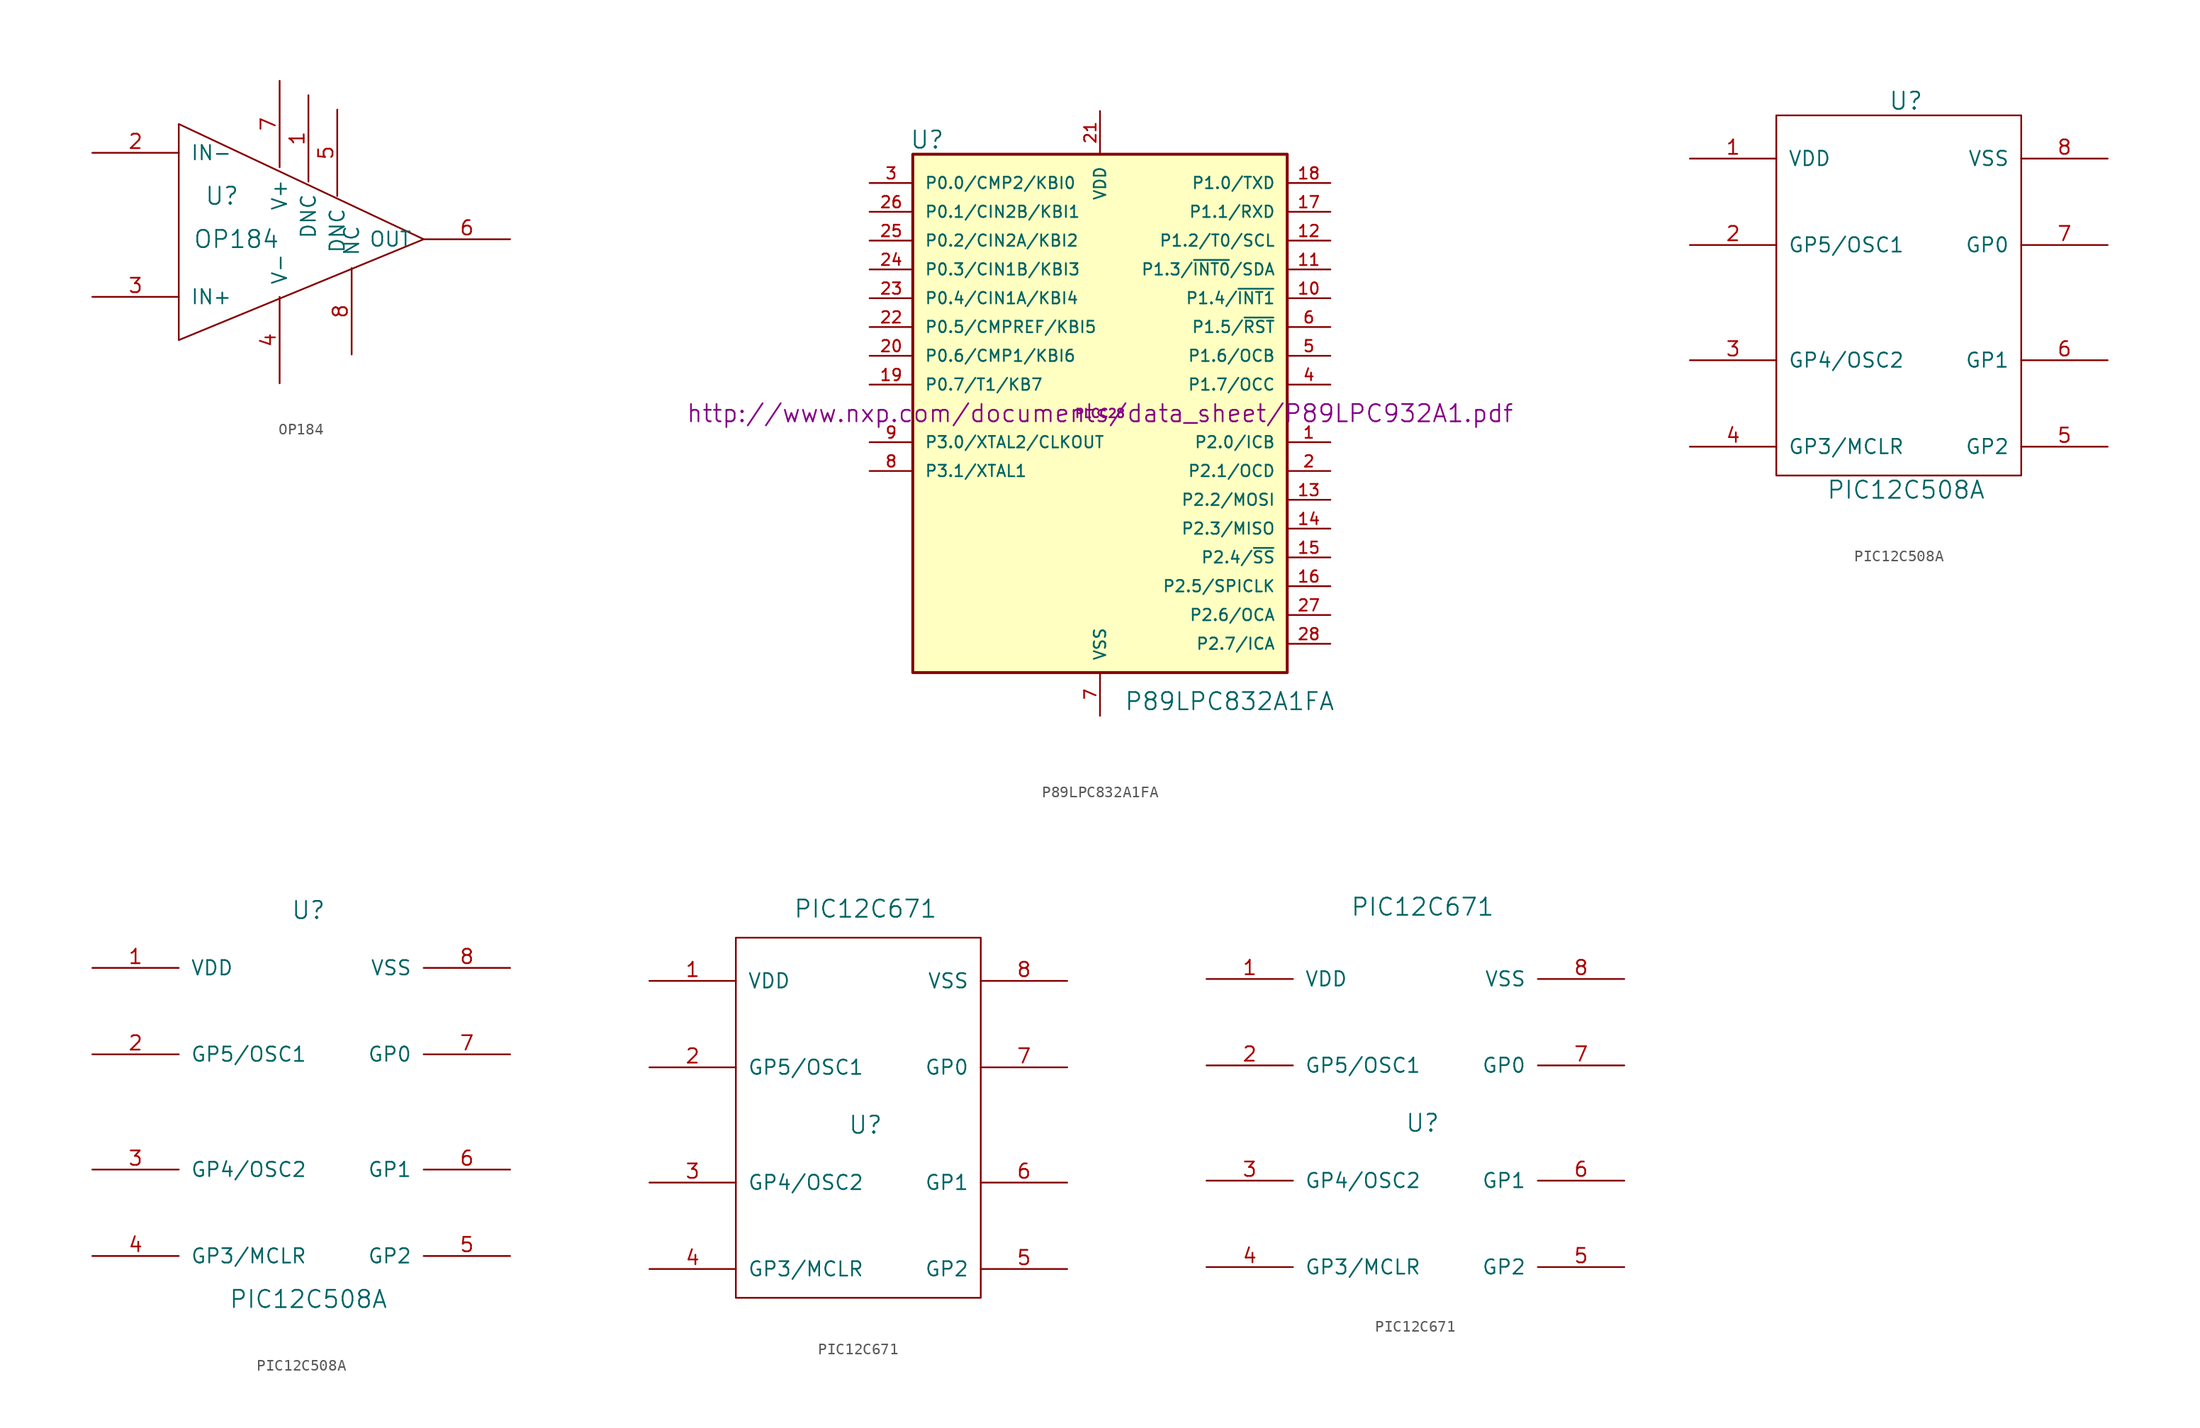
<source format=kicad_sym>
(kicad_symbol_lib
  (version 20211014)
  (generator kicad_symbol_editor)
  (symbol "OP184"
    (pin_names
      (offset 1.016))
    (property "Reference" "U"
      (at -5.08 3.81 0)
      (effects (font (size 1.524 1.524))))
    (property "Value" "OP184"
      (at -3.81 0 0)
      (effects (font (size 1.524 1.524))))
    (property "Footprint" ""
      (at 0 0 0)
      (effects (font (size 1.524 1.524))))
    (property "Datasheet" ""
      (at 0 0 0)
      (effects (font (size 1.524 1.524))))
    (symbol "OP184_0_1"
      (polyline (pts (xy -8.89 10.16) (xy 12.7 0) (xy -8.89 -8.89) (xy -8.89 10.16)) (stroke (width 0) (type default) (color 0 0 0 0)) (fill (type none))))
    (symbol "OP184_1_1"
      (pin input line (at 2.54 12.7 270) (length 7.62) (name "DNC" (effects (font (size 1.27 1.27)))) (number "1" (effects (font (size 1.27 1.27)))))
      (pin input line (at -16.51 7.62 0) (length 7.62) (name "IN-" (effects (font (size 1.27 1.27)))) (number "2" (effects (font (size 1.27 1.27)))))
      (pin input line (at -16.51 -5.08 0) (length 7.62) (name "IN+" (effects (font (size 1.27 1.27)))) (number "3" (effects (font (size 1.27 1.27)))))
      (pin input line (at 0 -12.7 90) (length 7.62) (name "V-" (effects (font (size 1.27 1.27)))) (number "4" (effects (font (size 1.27 1.27)))))
      (pin input line (at 5.08 11.43 270) (length 7.62) (name "DNC" (effects (font (size 1.27 1.27)))) (number "5" (effects (font (size 1.27 1.27)))))
      (pin output line (at 20.32 0 180) (length 7.62) (name "OUT" (effects (font (size 1.27 1.27)))) (number "6" (effects (font (size 1.27 1.27)))))
      (pin input line (at 0 13.97 270) (length 7.62) (name "V+" (effects (font (size 1.27 1.27)))) (number "7" (effects (font (size 1.27 1.27)))))
      (pin input line (at 6.35 -10.16 90) (length 7.62) (name "NC" (effects (font (size 1.27 1.27)))) (number "8" (effects (font (size 1.27 1.27)))))))
  (symbol "P89LPC832A1FA"
    (pin_names
      (offset 1.016))
    (property "Reference" "U"
      (at -15.24 24.13 0)
      (effects (font (size 1.524 1.524))))
    (property "Value" "P89LPC832A1FA"
      (at 11.43 -25.4 0)
      (effects (font (size 1.524 1.524))))
    (property "Footprint" "PLCC28"
      (at 0 0 0)
      (effects (font (size 0.762 0.762))))
    (property "Datasheet" "http://www.nxp.com/documents/data_sheet/P89LPC932A1.pdf"
      (at 0 0 0)
      (effects (font (size 1.524 1.524))))
    (symbol "P89LPC832A1FA_0_1"
      (rectangle (start -16.51 22.86) (end 16.51 -22.86) (stroke (width 0.254) (type default) (color 0 0 0 0)) (fill (type background))))
    (symbol "P89LPC832A1FA_1_1"
      (pin bidirectional line (at 20.32 -2.54 180) (length 3.81) (name "P2.0/ICB" (effects (font (size 1.016 1.016)))) (number "1" (effects (font (size 1.016 1.016)))))
      (pin bidirectional line (at 20.32 10.16 180) (length 3.81) (name "P1.4/~{INT1}" (effects (font (size 1.016 1.016)))) (number "10" (effects (font (size 1.016 1.016)))))
      (pin bidirectional line (at 20.32 12.7 180) (length 3.81) (name "P1.3/~{INT0}/SDA" (effects (font (size 1.016 1.016)))) (number "11" (effects (font (size 1.016 1.016)))))
      (pin bidirectional line (at 20.32 15.24 180) (length 3.81) (name "P1.2/T0/SCL" (effects (font (size 1.016 1.016)))) (number "12" (effects (font (size 1.016 1.016)))))
      (pin bidirectional line (at 20.32 -7.62 180) (length 3.81) (name "P2.2/MOSI" (effects (font (size 1.016 1.016)))) (number "13" (effects (font (size 1.016 1.016)))))
      (pin bidirectional line (at 20.32 -10.16 180) (length 3.81) (name "P2.3/MISO" (effects (font (size 1.016 1.016)))) (number "14" (effects (font (size 1.016 1.016)))))
      (pin bidirectional line (at 20.32 -12.7 180) (length 3.81) (name "P2.4/~{SS}" (effects (font (size 1.016 1.016)))) (number "15" (effects (font (size 1.016 1.016)))))
      (pin bidirectional line (at 20.32 -15.24 180) (length 3.81) (name "P2.5/SPICLK" (effects (font (size 1.016 1.016)))) (number "16" (effects (font (size 1.016 1.016)))))
      (pin bidirectional line (at 20.32 17.78 180) (length 3.81) (name "P1.1/RXD" (effects (font (size 1.016 1.016)))) (number "17" (effects (font (size 1.016 1.016)))))
      (pin bidirectional line (at 20.32 20.32 180) (length 3.81) (name "P1.0/TXD" (effects (font (size 1.016 1.016)))) (number "18" (effects (font (size 1.016 1.016)))))
      (pin bidirectional line (at -20.32 2.54 0) (length 3.81) (name "P0.7/T1/KB7" (effects (font (size 1.016 1.016)))) (number "19" (effects (font (size 1.016 1.016)))))
      (pin bidirectional line (at 20.32 -5.08 180) (length 3.81) (name "P2.1/OCD" (effects (font (size 1.016 1.016)))) (number "2" (effects (font (size 1.016 1.016)))))
      (pin bidirectional line (at -20.32 5.08 0) (length 3.81) (name "P0.6/CMP1/KBI6" (effects (font (size 1.016 1.016)))) (number "20" (effects (font (size 1.016 1.016)))))
      (pin power_in line (at 0 26.67 270) (length 3.81) (name "VDD" (effects (font (size 1.016 1.016)))) (number "21" (effects (font (size 1.016 1.016)))))
      (pin bidirectional line (at -20.32 7.62 0) (length 3.81) (name "P0.5/CMPREF/KBI5" (effects (font (size 1.016 1.016)))) (number "22" (effects (font (size 1.016 1.016)))))
      (pin bidirectional line (at -20.32 10.16 0) (length 3.81) (name "P0.4/CIN1A/KBI4" (effects (font (size 1.016 1.016)))) (number "23" (effects (font (size 1.016 1.016)))))
      (pin bidirectional line (at -20.32 12.7 0) (length 3.81) (name "P0.3/CIN1B/KBI3" (effects (font (size 1.016 1.016)))) (number "24" (effects (font (size 1.016 1.016)))))
      (pin bidirectional line (at -20.32 15.24 0) (length 3.81) (name "P0.2/CIN2A/KBI2" (effects (font (size 1.016 1.016)))) (number "25" (effects (font (size 1.016 1.016)))))
      (pin bidirectional line (at -20.32 17.78 0) (length 3.81) (name "P0.1/CIN2B/KBI1" (effects (font (size 1.016 1.016)))) (number "26" (effects (font (size 1.016 1.016)))))
      (pin bidirectional line (at 20.32 -17.78 180) (length 3.81) (name "P2.6/OCA" (effects (font (size 1.016 1.016)))) (number "27" (effects (font (size 1.016 1.016)))))
      (pin bidirectional line (at 20.32 -20.32 180) (length 3.81) (name "P2.7/ICA" (effects (font (size 1.016 1.016)))) (number "28" (effects (font (size 1.016 1.016)))))
      (pin bidirectional line (at -20.32 20.32 0) (length 3.81) (name "P0.0/CMP2/KBI0" (effects (font (size 1.016 1.016)))) (number "3" (effects (font (size 1.016 1.016)))))
      (pin bidirectional line (at 20.32 2.54 180) (length 3.81) (name "P1.7/OCC" (effects (font (size 1.016 1.016)))) (number "4" (effects (font (size 1.016 1.016)))))
      (pin bidirectional line (at 20.32 5.08 180) (length 3.81) (name "P1.6/OCB" (effects (font (size 1.016 1.016)))) (number "5" (effects (font (size 1.016 1.016)))))
      (pin bidirectional line (at 20.32 7.62 180) (length 3.81) (name "P1.5/~{RST}" (effects (font (size 1.016 1.016)))) (number "6" (effects (font (size 1.016 1.016)))))
      (pin power_in line (at 0 -26.67 90) (length 3.81) (name "VSS" (effects (font (size 1.016 1.016)))) (number "7" (effects (font (size 1.016 1.016)))))
      (pin bidirectional line (at -20.32 -5.08 0) (length 3.81) (name "P3.1/XTAL1" (effects (font (size 1.016 1.016)))) (number "8" (effects (font (size 1.016 1.016)))))
      (pin bidirectional line (at -20.32 -2.54 0) (length 3.81) (name "P3.0/XTAL2/CLKOUT" (effects (font (size 1.016 1.016)))) (number "9" (effects (font (size 1.016 1.016)))))))
  (symbol "PIC12C508A"
    (pin_names
      (offset 1.016))
    (property "Reference" "U"
      (at 0 17.78 0)
      (effects (font (size 1.524 1.524))))
    (property "Value" "PIC12C508A"
      (at 0 -16.51 0)
      (effects (font (size 1.524 1.524))))
    (property "Footprint" ""
      (at 0 0 0)
      (effects (font (size 1.524 1.524))))
    (property "Datasheet" ""
      (at 0 0 0)
      (effects (font (size 1.524 1.524))))
    (symbol "PIC12C508A_0_1"
      (rectangle (start 10.16 -15.24) (end -11.43 16.51) (stroke (width 0) (type default) (color 0 0 0 0)) (fill (type none))))
    (symbol "PIC12C508A_1_1"
      (pin power_in line (at -19.05 12.7 0) (length 7.62) (name "VDD" (effects (font (size 1.27 1.27)))) (number "1" (effects (font (size 1.27 1.27)))))
      (pin input line (at -19.05 5.08 0) (length 7.62) (name "GP5/OSC1" (effects (font (size 1.27 1.27)))) (number "2" (effects (font (size 1.27 1.27)))))
      (pin input line (at -19.05 -5.08 0) (length 7.62) (name "GP4/OSC2" (effects (font (size 1.27 1.27)))) (number "3" (effects (font (size 1.27 1.27)))))
      (pin input line (at -19.05 -12.7 0) (length 7.62) (name "GP3/MCLR" (effects (font (size 1.27 1.27)))) (number "4" (effects (font (size 1.27 1.27)))))
      (pin input line (at 17.78 -12.7 180) (length 7.62) (name "GP2" (effects (font (size 1.27 1.27)))) (number "5" (effects (font (size 1.27 1.27)))))
      (pin input line (at 17.78 -5.08 180) (length 7.62) (name "GP1" (effects (font (size 1.27 1.27)))) (number "6" (effects (font (size 1.27 1.27)))))
      (pin input line (at 17.78 5.08 180) (length 7.62) (name "GP0" (effects (font (size 1.27 1.27)))) (number "7" (effects (font (size 1.27 1.27)))))
      (pin power_in line (at 17.78 12.7 180) (length 7.62) (name "VSS" (effects (font (size 1.27 1.27)))) (number "8" (effects (font (size 1.27 1.27))))))
    (symbol "PIC12C508A_1_2"
      (pin power_in line (at -19.05 12.7 0) (length 7.62) (name "VDD" (effects (font (size 1.27 1.27)))) (number "1" (effects (font (size 1.27 1.27)))))
      (pin input line (at -19.05 5.08 0) (length 7.62) (name "GP5/OSC1" (effects (font (size 1.27 1.27)))) (number "2" (effects (font (size 1.27 1.27)))))
      (pin input line (at -19.05 -5.08 0) (length 7.62) (name "GP4/OSC2" (effects (font (size 1.27 1.27)))) (number "3" (effects (font (size 1.27 1.27)))))
      (pin input line (at -19.05 -12.7 0) (length 7.62) (name "GP3/MCLR" (effects (font (size 1.27 1.27)))) (number "4" (effects (font (size 1.27 1.27)))))
      (pin input line (at 17.78 -12.7 180) (length 7.62) (name "GP2" (effects (font (size 1.27 1.27)))) (number "5" (effects (font (size 1.27 1.27)))))
      (pin input line (at 17.78 -5.08 180) (length 7.62) (name "GP1" (effects (font (size 1.27 1.27)))) (number "6" (effects (font (size 1.27 1.27)))))
      (pin input line (at 17.78 5.08 180) (length 7.62) (name "GP0" (effects (font (size 1.27 1.27)))) (number "7" (effects (font (size 1.27 1.27)))))
      (pin power_in line (at 17.78 12.7 180) (length 7.62) (name "VSS" (effects (font (size 1.27 1.27)))) (number "8" (effects (font (size 1.27 1.27)))))))
  (symbol "PIC12C671"
    (pin_names
      (offset 1.016))
    (property "Reference" "U"
      (at 0 0 0)
      (effects (font (size 1.524 1.524))))
    (property "Value" "PIC12C671"
      (at 0 19.05 0)
      (effects (font (size 1.524 1.524))))
    (property "Footprint" ""
      (at 0 0 0)
      (effects (font (size 1.524 1.524))))
    (property "Datasheet" ""
      (at 0 0 0)
      (effects (font (size 1.524 1.524))))
    (symbol "PIC12C671_0_1"
      (rectangle (start 10.16 -15.24) (end -11.43 16.51) (stroke (width 0) (type default) (color 0 0 0 0)) (fill (type none))))
    (symbol "PIC12C671_1_1"
      (pin power_in line (at -19.05 12.7 0) (length 7.62) (name "VDD" (effects (font (size 1.27 1.27)))) (number "1" (effects (font (size 1.27 1.27)))))
      (pin input line (at -19.05 5.08 0) (length 7.62) (name "GP5/OSC1" (effects (font (size 1.27 1.27)))) (number "2" (effects (font (size 1.27 1.27)))))
      (pin input line (at -19.05 -5.08 0) (length 7.62) (name "GP4/OSC2" (effects (font (size 1.27 1.27)))) (number "3" (effects (font (size 1.27 1.27)))))
      (pin input line (at -19.05 -12.7 0) (length 7.62) (name "GP3/MCLR" (effects (font (size 1.27 1.27)))) (number "4" (effects (font (size 1.27 1.27)))))
      (pin input line (at 17.78 -12.7 180) (length 7.62) (name "GP2" (effects (font (size 1.27 1.27)))) (number "5" (effects (font (size 1.27 1.27)))))
      (pin input line (at 17.78 -5.08 180) (length 7.62) (name "GP1" (effects (font (size 1.27 1.27)))) (number "6" (effects (font (size 1.27 1.27)))))
      (pin input line (at 17.78 5.08 180) (length 7.62) (name "GP0" (effects (font (size 1.27 1.27)))) (number "7" (effects (font (size 1.27 1.27)))))
      (pin power_in line (at 17.78 12.7 180) (length 7.62) (name "VSS" (effects (font (size 1.27 1.27)))) (number "8" (effects (font (size 1.27 1.27))))))
    (symbol "PIC12C671_1_2"
      (pin power_in line (at -19.05 12.7 0) (length 7.62) (name "VDD" (effects (font (size 1.27 1.27)))) (number "1" (effects (font (size 1.27 1.27)))))
      (pin input line (at -19.05 5.08 0) (length 7.62) (name "GP5/OSC1" (effects (font (size 1.27 1.27)))) (number "2" (effects (font (size 1.27 1.27)))))
      (pin input line (at -19.05 -5.08 0) (length 7.62) (name "GP4/OSC2" (effects (font (size 1.27 1.27)))) (number "3" (effects (font (size 1.27 1.27)))))
      (pin input line (at -19.05 -12.7 0) (length 7.62) (name "GP3/MCLR" (effects (font (size 1.27 1.27)))) (number "4" (effects (font (size 1.27 1.27)))))
      (pin input line (at 17.78 -12.7 180) (length 7.62) (name "GP2" (effects (font (size 1.27 1.27)))) (number "5" (effects (font (size 1.27 1.27)))))
      (pin input line (at 17.78 -5.08 180) (length 7.62) (name "GP1" (effects (font (size 1.27 1.27)))) (number "6" (effects (font (size 1.27 1.27)))))
      (pin input line (at 17.78 5.08 180) (length 7.62) (name "GP0" (effects (font (size 1.27 1.27)))) (number "7" (effects (font (size 1.27 1.27)))))
      (pin power_in line (at 17.78 12.7 180) (length 7.62) (name "VSS" (effects (font (size 1.27 1.27)))) (number "8" (effects (font (size 1.27 1.27))))))))
</source>
